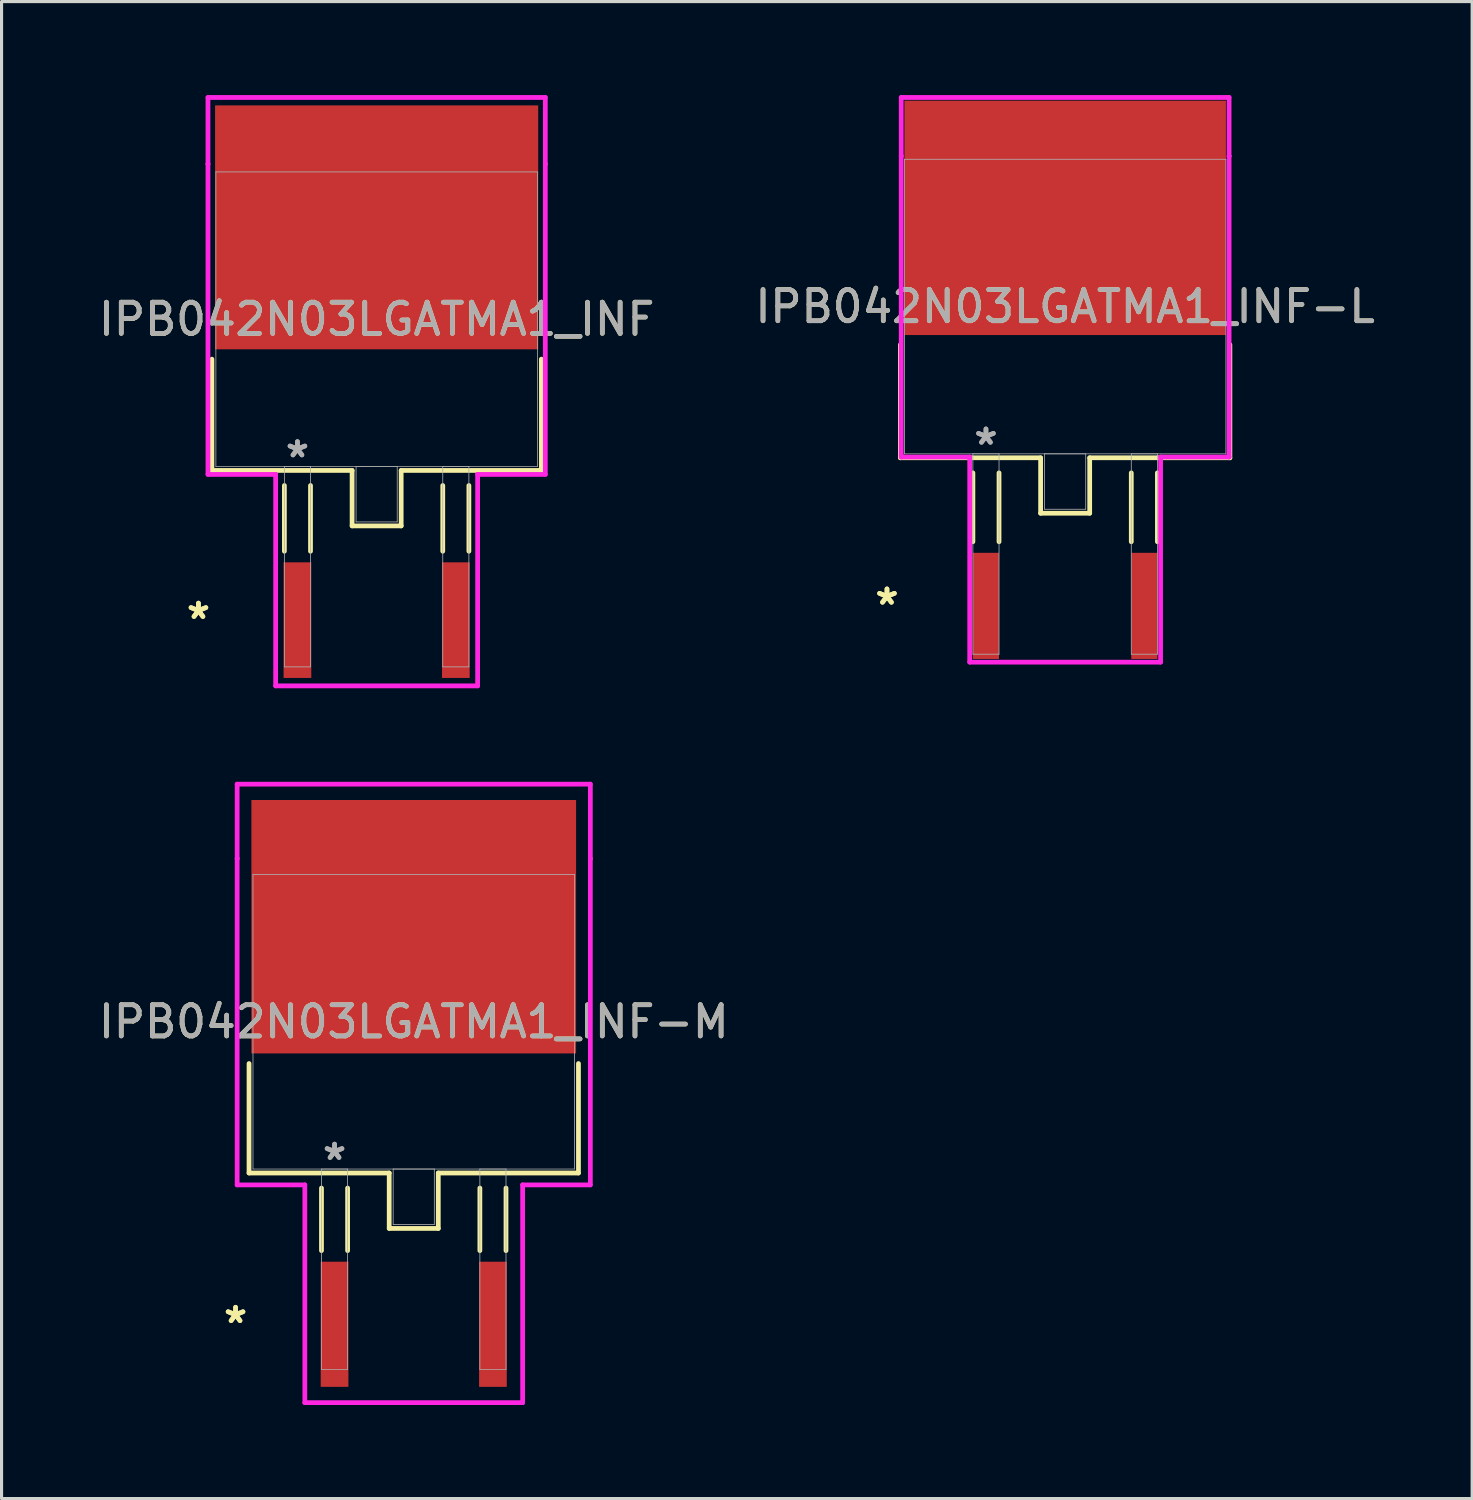
<source format=kicad_pcb>
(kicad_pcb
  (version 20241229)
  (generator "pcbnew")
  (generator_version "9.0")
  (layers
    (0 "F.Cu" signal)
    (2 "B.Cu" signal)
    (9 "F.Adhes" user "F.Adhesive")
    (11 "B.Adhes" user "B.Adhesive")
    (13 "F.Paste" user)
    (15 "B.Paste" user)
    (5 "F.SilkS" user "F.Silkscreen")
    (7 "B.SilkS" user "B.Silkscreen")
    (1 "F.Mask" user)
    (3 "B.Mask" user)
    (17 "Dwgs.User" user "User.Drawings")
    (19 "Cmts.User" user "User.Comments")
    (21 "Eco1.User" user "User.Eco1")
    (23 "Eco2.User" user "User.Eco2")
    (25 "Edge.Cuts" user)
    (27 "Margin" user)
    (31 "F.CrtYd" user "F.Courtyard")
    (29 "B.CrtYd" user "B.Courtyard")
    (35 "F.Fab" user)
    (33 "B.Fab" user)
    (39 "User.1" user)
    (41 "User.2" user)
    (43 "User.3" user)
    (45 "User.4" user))
  (footprint "IPB042N03LGATMA1_INF-M"
    (layer "F.Cu")
    (at 10.22 29.721)
    (property "Reference" "IPB042N03LGATMA1_INF-M" (at 0 0 0) (unlocked yes) (layer "F.SilkS") (effects (font (size 1 1) (thickness 0.15))))
    (attr smd)
    (fp_line (start -5.283 1.34) (end -5.283 4.851) (stroke (width 0.152) (type solid)) (layer "F.SilkS"))
    (fp_line (start -5.283 4.851) (end -0.787 4.851) (stroke (width 0.152) (type solid)) (layer "F.SilkS"))
    (fp_line (start -2.959 5.334) (end -2.959 7.341) (stroke (width 0.152) (type solid)) (layer "F.SilkS"))
    (fp_line (start -2.121 5.334) (end -2.121 7.341) (stroke (width 0.152) (type solid)) (layer "F.SilkS"))
    (fp_line (start -0.787 4.851) (end -0.787 6.629) (stroke (width 0.152) (type solid)) (layer "F.SilkS"))
    (fp_line (start -0.787 6.629) (end 0.787 6.629) (stroke (width 0.152) (type solid)) (layer "F.SilkS"))
    (fp_line (start 0.787 4.851) (end 5.283 4.851) (stroke (width 0.152) (type solid)) (layer "F.SilkS"))
    (fp_line (start 0.787 6.629) (end 0.787 4.851) (stroke (width 0.152) (type solid)) (layer "F.SilkS"))
    (fp_line (start 2.121 5.334) (end 2.121 7.341) (stroke (width 0.152) (type solid)) (layer "F.SilkS"))
    (fp_line (start 2.959 5.334) (end 2.959 7.341) (stroke (width 0.152) (type solid)) (layer "F.SilkS"))
    (fp_line (start 5.283 4.851) (end 5.283 1.34) (stroke (width 0.152) (type solid)) (layer "F.SilkS"))
    (fp_line (start -5.664 -7.62) (end 5.664 -7.62) (stroke (width 0.152) (type solid)) (layer "F.CrtYd"))
    (fp_line (start -5.664 -5.232) (end -5.664 -7.62) (stroke (width 0.152) (type solid)) (layer "F.CrtYd"))
    (fp_line (start -5.664 -5.232) (end -5.664 -5.232) (stroke (width 0.152) (type solid)) (layer "F.CrtYd"))
    (fp_line (start -5.664 5.232) (end -5.664 -5.232) (stroke (width 0.152) (type solid)) (layer "F.CrtYd"))
    (fp_line (start -3.493 5.232) (end -5.664 5.232) (stroke (width 0.152) (type solid)) (layer "F.CrtYd"))
    (fp_line (start -3.493 12.217) (end -3.493 5.232) (stroke (width 0.152) (type solid)) (layer "F.CrtYd"))
    (fp_line (start 3.493 5.232) (end 3.493 12.217) (stroke (width 0.152) (type solid)) (layer "F.CrtYd"))
    (fp_line (start 3.493 12.217) (end -3.493 12.217) (stroke (width 0.152) (type solid)) (layer "F.CrtYd"))
    (fp_line (start 5.664 -7.62) (end 5.664 -5.232) (stroke (width 0.152) (type solid)) (layer "F.CrtYd"))
    (fp_line (start 5.664 -5.232) (end 5.664 -5.232) (stroke (width 0.152) (type solid)) (layer "F.CrtYd"))
    (fp_line (start 5.664 -5.232) (end 5.664 5.232) (stroke (width 0.152) (type solid)) (layer "F.CrtYd"))
    (fp_line (start 5.664 5.232) (end 3.493 5.232) (stroke (width 0.152) (type solid)) (layer "F.CrtYd"))
    (fp_line (start -5.156 -4.724) (end -5.156 4.724) (stroke (width 0.025) (type solid)) (layer "F.Fab"))
    (fp_line (start -5.156 4.724) (end 5.156 4.724) (stroke (width 0.025) (type solid)) (layer "F.Fab"))
    (fp_line (start -2.959 4.724) (end -2.959 11.151) (stroke (width 0.025) (type solid)) (layer "F.Fab"))
    (fp_line (start -2.959 11.151) (end -2.121 11.151) (stroke (width 0.025) (type solid)) (layer "F.Fab"))
    (fp_line (start -2.121 4.724) (end -2.959 4.724) (stroke (width 0.025) (type solid)) (layer "F.Fab"))
    (fp_line (start -2.121 11.151) (end -2.121 4.724) (stroke (width 0.025) (type solid)) (layer "F.Fab"))
    (fp_line (start -0.66 4.724) (end -0.66 6.502) (stroke (width 0.025) (type solid)) (layer "F.Fab"))
    (fp_line (start -0.66 6.502) (end 0.66 6.502) (stroke (width 0.025) (type solid)) (layer "F.Fab"))
    (fp_line (start 0.66 4.724) (end -0.66 4.724) (stroke (width 0.025) (type solid)) (layer "F.Fab"))
    (fp_line (start 0.66 6.502) (end 0.66 4.724) (stroke (width 0.025) (type solid)) (layer "F.Fab"))
    (fp_line (start 2.121 4.724) (end 2.121 11.151) (stroke (width 0.025) (type solid)) (layer "F.Fab"))
    (fp_line (start 2.121 11.151) (end 2.959 11.151) (stroke (width 0.025) (type solid)) (layer "F.Fab"))
    (fp_line (start 2.959 4.724) (end 2.121 4.724) (stroke (width 0.025) (type solid)) (layer "F.Fab"))
    (fp_line (start 2.959 11.151) (end 2.959 4.724) (stroke (width 0.025) (type solid)) (layer "F.Fab"))
    (fp_line (start 5.156 -4.724) (end -5.156 -4.724) (stroke (width 0.025) (type solid)) (layer "F.Fab"))
    (fp_line (start 5.156 4.724) (end 5.156 -4.724) (stroke (width 0.025) (type solid)) (layer "F.Fab"))
    (fp_text user "*" (at -5.715 9.703 0) (unlocked yes) (layer "F.SilkS") (effects (font (size 1 1) (thickness 0.15))))
    (fp_text user "*" (at -5.715 9.703 0) (layer "F.SilkS") (effects (font (size 1 1) (thickness 0.15))))
    (fp_text user "*" (at -2.54 4.47 0) (layer "F.Fab") (effects (font (size 1 1) (thickness 0.15))))
    (fp_text user "${REFERENCE}" (at 0 0 0) (unlocked yes) (layer "F.Fab") (effects (font (size 1 1) (thickness 0.15))))
    (fp_text user "*" (at -2.54 4.47 0) (unlocked yes) (layer "F.Fab") (effects (font (size 1 1) (thickness 0.15))))
    (pad "1" smd rect (at -2.54 9.703) (size 0.889 4.013) (layers "F.Cu" "F.Mask" "F.Paste"))
    (pad "2" smd rect (at 2.54 9.703) (size 0.889 4.013) (layers "F.Cu" "F.Mask" "F.Paste"))
    (pad "3" smd rect (at 0 -3.048) (size 10.414 8.128) (layers "F.Cu" "F.Mask" "F.Paste")))
  (footprint "IPB042N03LGATMA1_INF"
    (layer "F.Cu")
    (at 9.03 7.188)
    (property "Reference" "IPB042N03LGATMA1_INF" (at 0 0 0) (unlocked yes) (layer "F.SilkS") (effects (font (size 1 1) (thickness 0.15))))
    (attr smd)
    (fp_line (start -5.283 1.282) (end -5.283 4.851) (stroke (width 0.152) (type solid)) (layer "F.SilkS"))
    (fp_line (start -5.283 4.851) (end -0.787 4.851) (stroke (width 0.152) (type solid)) (layer "F.SilkS"))
    (fp_line (start -2.959 5.334) (end -2.959 7.442) (stroke (width 0.152) (type solid)) (layer "F.SilkS"))
    (fp_line (start -2.121 5.334) (end -2.121 7.442) (stroke (width 0.152) (type solid)) (layer "F.SilkS"))
    (fp_line (start -0.787 4.851) (end -0.787 6.629) (stroke (width 0.152) (type solid)) (layer "F.SilkS"))
    (fp_line (start -0.787 6.629) (end 0.787 6.629) (stroke (width 0.152) (type solid)) (layer "F.SilkS"))
    (fp_line (start 0.787 4.851) (end 5.283 4.851) (stroke (width 0.152) (type solid)) (layer "F.SilkS"))
    (fp_line (start 0.787 6.629) (end 0.787 4.851) (stroke (width 0.152) (type solid)) (layer "F.SilkS"))
    (fp_line (start 2.121 5.334) (end 2.121 7.442) (stroke (width 0.152) (type solid)) (layer "F.SilkS"))
    (fp_line (start 2.959 5.334) (end 2.959 7.442) (stroke (width 0.152) (type solid)) (layer "F.SilkS"))
    (fp_line (start 5.283 4.851) (end 5.283 1.282) (stroke (width 0.152) (type solid)) (layer "F.SilkS"))
    (fp_line (start -5.41 -7.112) (end 5.41 -7.112) (stroke (width 0.152) (type solid)) (layer "F.CrtYd"))
    (fp_line (start -5.41 -4.978) (end -5.41 -7.112) (stroke (width 0.152) (type solid)) (layer "F.CrtYd"))
    (fp_line (start -5.41 -4.978) (end -5.41 -4.978) (stroke (width 0.152) (type solid)) (layer "F.CrtYd"))
    (fp_line (start -5.41 4.978) (end -5.41 -4.978) (stroke (width 0.152) (type solid)) (layer "F.CrtYd"))
    (fp_line (start -3.239 4.978) (end -5.41 4.978) (stroke (width 0.152) (type solid)) (layer "F.CrtYd"))
    (fp_line (start -3.239 11.76) (end -3.239 4.978) (stroke (width 0.152) (type solid)) (layer "F.CrtYd"))
    (fp_line (start 3.239 4.978) (end 3.239 11.76) (stroke (width 0.152) (type solid)) (layer "F.CrtYd"))
    (fp_line (start 3.239 11.76) (end -3.239 11.76) (stroke (width 0.152) (type solid)) (layer "F.CrtYd"))
    (fp_line (start 5.41 -7.112) (end 5.41 -4.978) (stroke (width 0.152) (type solid)) (layer "F.CrtYd"))
    (fp_line (start 5.41 -4.978) (end 5.41 -4.978) (stroke (width 0.152) (type solid)) (layer "F.CrtYd"))
    (fp_line (start 5.41 -4.978) (end 5.41 4.978) (stroke (width 0.152) (type solid)) (layer "F.CrtYd"))
    (fp_line (start 5.41 4.978) (end 3.239 4.978) (stroke (width 0.152) (type solid)) (layer "F.CrtYd"))
    (fp_line (start -5.156 -4.724) (end -5.156 4.724) (stroke (width 0.025) (type solid)) (layer "F.Fab"))
    (fp_line (start -5.156 4.724) (end 5.156 4.724) (stroke (width 0.025) (type solid)) (layer "F.Fab"))
    (fp_line (start -2.959 4.724) (end -2.959 11.151) (stroke (width 0.025) (type solid)) (layer "F.Fab"))
    (fp_line (start -2.959 11.151) (end -2.121 11.151) (stroke (width 0.025) (type solid)) (layer "F.Fab"))
    (fp_line (start -2.121 4.724) (end -2.959 4.724) (stroke (width 0.025) (type solid)) (layer "F.Fab"))
    (fp_line (start -2.121 11.151) (end -2.121 4.724) (stroke (width 0.025) (type solid)) (layer "F.Fab"))
    (fp_line (start -0.66 4.724) (end -0.66 6.502) (stroke (width 0.025) (type solid)) (layer "F.Fab"))
    (fp_line (start -0.66 6.502) (end 0.66 6.502) (stroke (width 0.025) (type solid)) (layer "F.Fab"))
    (fp_line (start 0.66 4.724) (end -0.66 4.724) (stroke (width 0.025) (type solid)) (layer "F.Fab"))
    (fp_line (start 0.66 6.502) (end 0.66 4.724) (stroke (width 0.025) (type solid)) (layer "F.Fab"))
    (fp_line (start 2.121 4.724) (end 2.121 11.151) (stroke (width 0.025) (type solid)) (layer "F.Fab"))
    (fp_line (start 2.121 11.151) (end 2.959 11.151) (stroke (width 0.025) (type solid)) (layer "F.Fab"))
    (fp_line (start 2.959 4.724) (end 2.121 4.724) (stroke (width 0.025) (type solid)) (layer "F.Fab"))
    (fp_line (start 2.959 11.151) (end 2.959 4.724) (stroke (width 0.025) (type solid)) (layer "F.Fab"))
    (fp_line (start 5.156 -4.724) (end -5.156 -4.724) (stroke (width 0.025) (type solid)) (layer "F.Fab"))
    (fp_line (start 5.156 4.724) (end 5.156 -4.724) (stroke (width 0.025) (type solid)) (layer "F.Fab"))
    (fp_text user "*" (at -5.715 9.652 0) (unlocked yes) (layer "F.SilkS") (effects (font (size 1 1) (thickness 0.15))))
    (fp_text user "*" (at -5.715 9.652 0) (layer "F.SilkS") (effects (font (size 1 1) (thickness 0.15))))
    (fp_text user "*" (at -2.54 4.47 0) (unlocked yes) (layer "F.Fab") (effects (font (size 1 1) (thickness 0.15))))
    (fp_text user "*" (at -2.54 4.47 0) (layer "F.Fab") (effects (font (size 1 1) (thickness 0.15))))
    (fp_text user "${REFERENCE}" (at 0 0 0) (unlocked yes) (layer "F.Fab") (effects (font (size 1 1) (thickness 0.15))))
    (pad "1" smd rect (at -2.54 9.652) (size 0.889 3.708) (layers "F.Cu" "F.Mask" "F.Paste"))
    (pad "2" smd rect (at 2.54 9.652) (size 0.889 3.708) (layers "F.Cu" "F.Mask" "F.Paste"))
    (pad "3" smd rect (at 0 -2.946) (size 10.363 7.823) (layers "F.Cu" "F.Mask" "F.Paste")))
  (footprint "IPB042N03LGATMA1_INF-L"
    (layer "F.Cu")
    (at 31.113 6.782)
    (property "Reference" "IPB042N03LGATMA1_INF-L" (at 0 0 0) (unlocked yes) (layer "F.SilkS") (effects (font (size 1 1) (thickness 0.15))))
    (attr smd)
    (fp_line (start -5.283 1.222) (end -5.283 4.851) (stroke (width 0.152) (type solid)) (layer "F.SilkS"))
    (fp_line (start -5.283 4.851) (end -0.787 4.851) (stroke (width 0.152) (type solid)) (layer "F.SilkS"))
    (fp_line (start -2.959 5.334) (end -2.959 7.544) (stroke (width 0.152) (type solid)) (layer "F.SilkS"))
    (fp_line (start -2.121 5.334) (end -2.121 7.544) (stroke (width 0.152) (type solid)) (layer "F.SilkS"))
    (fp_line (start -0.787 4.851) (end -0.787 6.629) (stroke (width 0.152) (type solid)) (layer "F.SilkS"))
    (fp_line (start -0.787 6.629) (end 0.787 6.629) (stroke (width 0.152) (type solid)) (layer "F.SilkS"))
    (fp_line (start 0.787 4.851) (end 5.283 4.851) (stroke (width 0.152) (type solid)) (layer "F.SilkS"))
    (fp_line (start 0.787 6.629) (end 0.787 4.851) (stroke (width 0.152) (type solid)) (layer "F.SilkS"))
    (fp_line (start 2.121 5.334) (end 2.121 7.544) (stroke (width 0.152) (type solid)) (layer "F.SilkS"))
    (fp_line (start 2.959 5.334) (end 2.959 7.544) (stroke (width 0.152) (type solid)) (layer "F.SilkS"))
    (fp_line (start 5.283 4.851) (end 5.283 1.222) (stroke (width 0.152) (type solid)) (layer "F.SilkS"))
    (fp_line (start -5.258 -6.706) (end 5.258 -6.706) (stroke (width 0.152) (type solid)) (layer "F.CrtYd"))
    (fp_line (start -5.258 -4.826) (end -5.258 -6.706) (stroke (width 0.152) (type solid)) (layer "F.CrtYd"))
    (fp_line (start -5.258 -4.826) (end -5.258 -4.826) (stroke (width 0.152) (type solid)) (layer "F.CrtYd"))
    (fp_line (start -5.258 4.826) (end -5.258 -4.826) (stroke (width 0.152) (type solid)) (layer "F.CrtYd"))
    (fp_line (start -3.061 4.826) (end -5.258 4.826) (stroke (width 0.152) (type solid)) (layer "F.CrtYd"))
    (fp_line (start -3.061 11.405) (end -3.061 4.826) (stroke (width 0.152) (type solid)) (layer "F.CrtYd"))
    (fp_line (start 3.061 4.826) (end 3.061 11.405) (stroke (width 0.152) (type solid)) (layer "F.CrtYd"))
    (fp_line (start 3.061 11.405) (end -3.061 11.405) (stroke (width 0.152) (type solid)) (layer "F.CrtYd"))
    (fp_line (start 5.258 -6.706) (end 5.258 -4.826) (stroke (width 0.152) (type solid)) (layer "F.CrtYd"))
    (fp_line (start 5.258 -4.826) (end 5.258 -4.826) (stroke (width 0.152) (type solid)) (layer "F.CrtYd"))
    (fp_line (start 5.258 -4.826) (end 5.258 4.826) (stroke (width 0.152) (type solid)) (layer "F.CrtYd"))
    (fp_line (start 5.258 4.826) (end 3.061 4.826) (stroke (width 0.152) (type solid)) (layer "F.CrtYd"))
    (fp_line (start -5.156 -4.724) (end -5.156 4.724) (stroke (width 0.025) (type solid)) (layer "F.Fab"))
    (fp_line (start -5.156 4.724) (end 5.156 4.724) (stroke (width 0.025) (type solid)) (layer "F.Fab"))
    (fp_line (start -2.959 4.724) (end -2.959 11.151) (stroke (width 0.025) (type solid)) (layer "F.Fab"))
    (fp_line (start -2.959 11.151) (end -2.121 11.151) (stroke (width 0.025) (type solid)) (layer "F.Fab"))
    (fp_line (start -2.121 4.724) (end -2.959 4.724) (stroke (width 0.025) (type solid)) (layer "F.Fab"))
    (fp_line (start -2.121 11.151) (end -2.121 4.724) (stroke (width 0.025) (type solid)) (layer "F.Fab"))
    (fp_line (start -0.66 4.724) (end -0.66 6.502) (stroke (width 0.025) (type solid)) (layer "F.Fab"))
    (fp_line (start -0.66 6.502) (end 0.66 6.502) (stroke (width 0.025) (type solid)) (layer "F.Fab"))
    (fp_line (start 0.66 4.724) (end -0.66 4.724) (stroke (width 0.025) (type solid)) (layer "F.Fab"))
    (fp_line (start 0.66 6.502) (end 0.66 4.724) (stroke (width 0.025) (type solid)) (layer "F.Fab"))
    (fp_line (start 2.121 4.724) (end 2.121 11.151) (stroke (width 0.025) (type solid)) (layer "F.Fab"))
    (fp_line (start 2.121 11.151) (end 2.959 11.151) (stroke (width 0.025) (type solid)) (layer "F.Fab"))
    (fp_line (start 2.959 4.724) (end 2.121 4.724) (stroke (width 0.025) (type solid)) (layer "F.Fab"))
    (fp_line (start 2.959 11.151) (end 2.959 4.724) (stroke (width 0.025) (type solid)) (layer "F.Fab"))
    (fp_line (start 5.156 -4.724) (end -5.156 -4.724) (stroke (width 0.025) (type solid)) (layer "F.Fab"))
    (fp_line (start 5.156 4.724) (end 5.156 -4.724) (stroke (width 0.025) (type solid)) (layer "F.Fab"))
    (fp_text user "*" (at -5.715 9.601 0) (unlocked yes) (layer "F.SilkS") (effects (font (size 1 1) (thickness 0.15))))
    (fp_text user "*" (at -5.715 9.601 0) (layer "F.SilkS") (effects (font (size 1 1) (thickness 0.15))))
    (fp_text user "${REFERENCE}" (at 0 0 0) (unlocked yes) (layer "F.Fab") (effects (font (size 1 1) (thickness 0.15))))
    (fp_text user "*" (at -2.54 4.47 0) (layer "F.Fab") (effects (font (size 1 1) (thickness 0.15))))
    (fp_text user "*" (at -2.54 4.47 0) (unlocked yes) (layer "F.Fab") (effects (font (size 1 1) (thickness 0.15))))
    (pad "1" smd rect (at -2.54 9.601) (size 0.838 3.404) (layers "F.Cu" "F.Mask" "F.Paste"))
    (pad "2" smd rect (at 2.54 9.601) (size 0.838 3.404) (layers "F.Cu" "F.Mask" "F.Paste"))
    (pad "3" smd rect (at 0 -2.845) (size 10.312 7.518) (layers "F.Cu" "F.Mask" "F.Paste")))
  (gr_rect
    (start -3 -3)
    (end 44.167 45.014)
    (stroke (width 0.1) (type default))
    (fill no)
    (layer "Edge.Cuts")))
</source>
